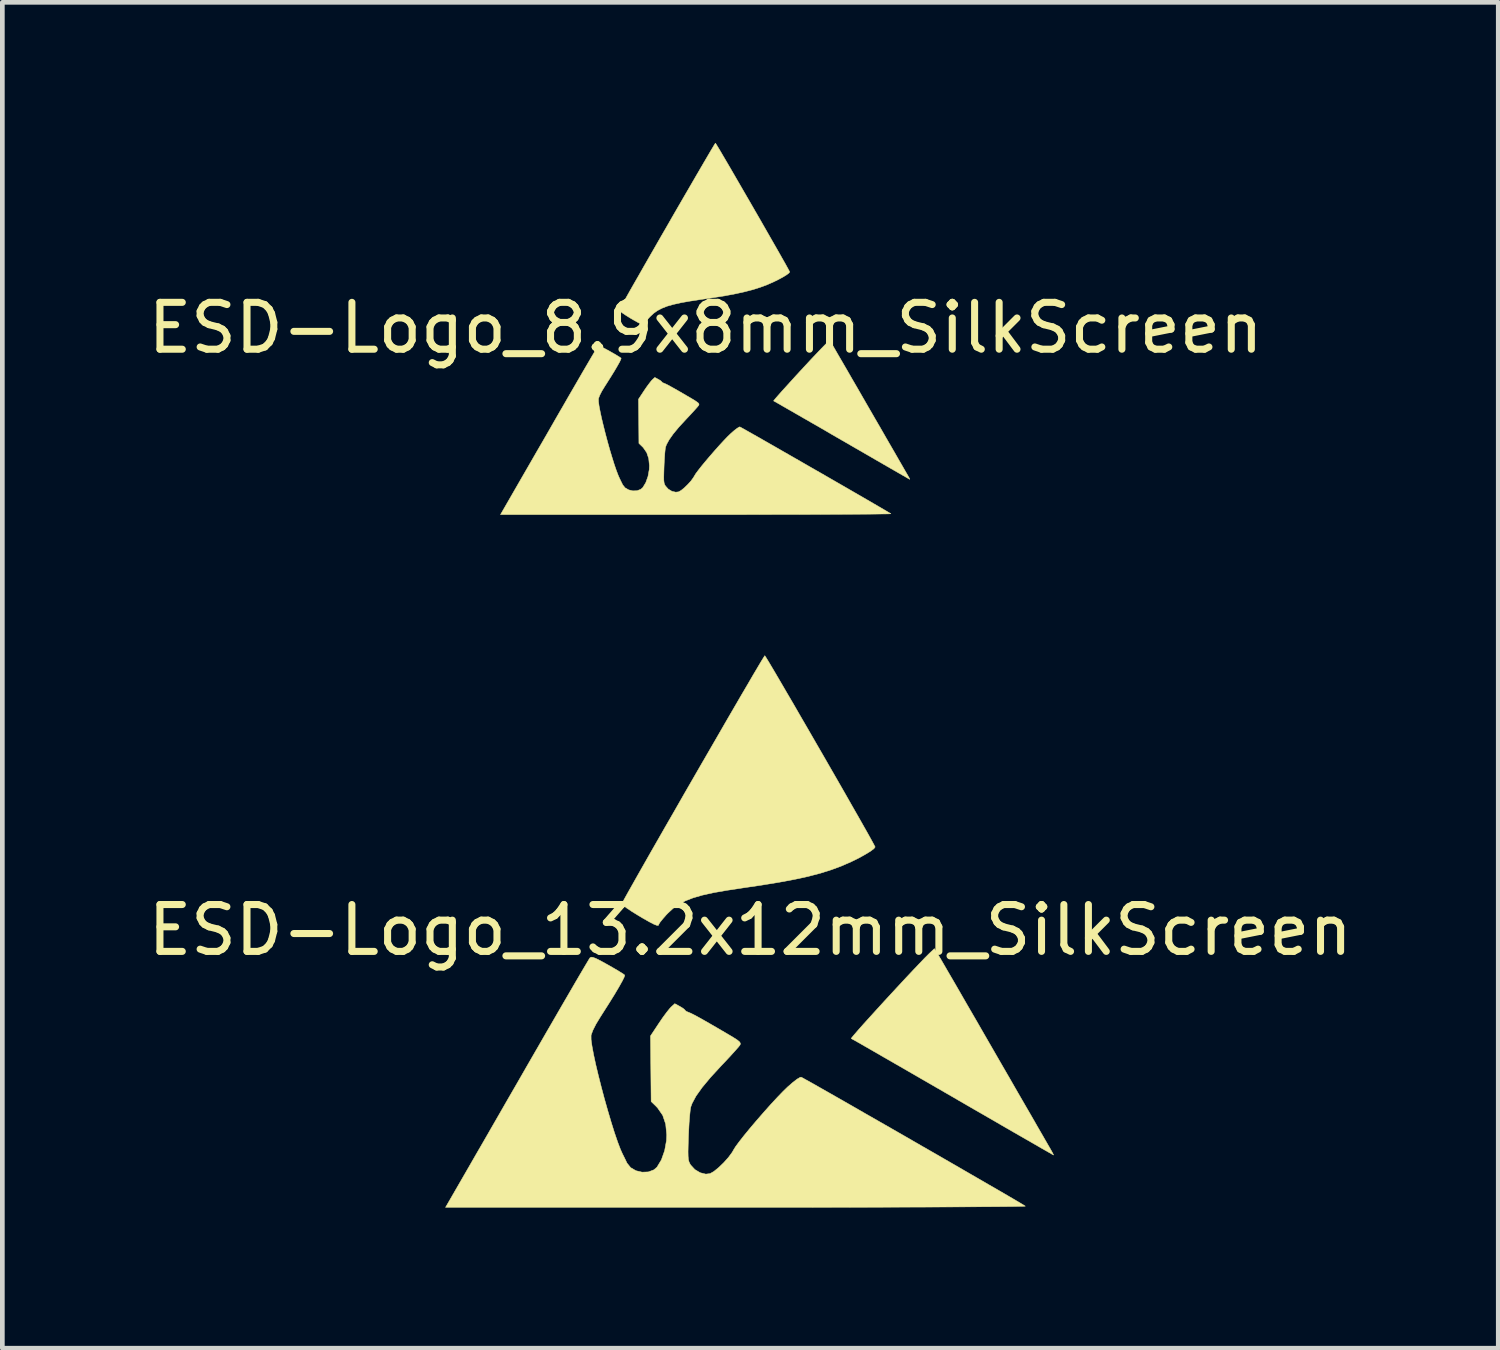
<source format=kicad_pcb>
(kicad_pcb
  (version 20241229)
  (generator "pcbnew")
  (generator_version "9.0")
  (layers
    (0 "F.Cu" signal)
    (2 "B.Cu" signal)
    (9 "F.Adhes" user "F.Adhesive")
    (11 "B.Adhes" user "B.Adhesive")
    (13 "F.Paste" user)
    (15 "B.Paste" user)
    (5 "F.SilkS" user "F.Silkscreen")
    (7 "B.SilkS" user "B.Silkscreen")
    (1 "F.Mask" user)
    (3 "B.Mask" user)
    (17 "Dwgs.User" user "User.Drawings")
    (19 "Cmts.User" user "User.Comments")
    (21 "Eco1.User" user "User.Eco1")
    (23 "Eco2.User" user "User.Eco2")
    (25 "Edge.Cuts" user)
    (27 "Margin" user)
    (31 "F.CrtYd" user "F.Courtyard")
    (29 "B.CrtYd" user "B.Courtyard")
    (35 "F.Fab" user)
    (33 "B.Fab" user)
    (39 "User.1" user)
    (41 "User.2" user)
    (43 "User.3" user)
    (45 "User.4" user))
  (footprint "ESD-Logo_13.2x12mm_SilkScreen"
    (layer "F.Cu")
    (at 12.958 16.794)
    (property "Reference" "ESD-Logo_13.2x12mm_SilkScreen" (at 0 0 0) (layer "F.SilkS") (effects (font (size 1 1) (thickness 0.15))))
    (attr exclude_from_pos_files exclude_from_bom)
    (fp_poly (pts (xy 3.975 0.469) (xy 3.998 0.507) (xy 4.049 0.595) (xy 4.126 0.727) (xy 4.226 0.9) (xy 4.348 1.109) (xy 4.487 1.35) (xy 4.642 1.619) (xy 4.811 1.91) (xy 4.99 2.221) (xy 5.174 2.54) (xy 5.362 2.866) (xy 5.543 3.179) (xy 5.713 3.475) (xy 5.871 3.748) (xy 6.014 3.995) (xy 6.138 4.211) (xy 6.242 4.391) (xy 6.322 4.53) (xy 6.377 4.625) (xy 6.403 4.67) (xy 6.445 4.745) (xy 6.468 4.792) (xy 6.469 4.8) (xy 6.441 4.784) (xy 6.364 4.74) (xy 6.241 4.67) (xy 6.077 4.575) (xy 5.875 4.459) (xy 5.64 4.324) (xy 5.375 4.171) (xy 5.085 4.003) (xy 4.774 3.824) (xy 4.446 3.634) (xy 4.321 3.561) (xy 3.987 3.368) (xy 3.668 3.184) (xy 3.369 3.011) (xy 3.093 2.852) (xy 2.844 2.709) (xy 2.628 2.584) (xy 2.447 2.48) (xy 2.306 2.399) (xy 2.208 2.344) (xy 2.159 2.317) (xy 2.154 2.314) (xy 2.169 2.29) (xy 2.221 2.228) (xy 2.305 2.131) (xy 2.415 2.007) (xy 2.547 1.861) (xy 2.694 1.699) (xy 2.852 1.526) (xy 3.015 1.349) (xy 3.179 1.172) (xy 3.336 1.003) (xy 3.483 0.847) (xy 3.614 0.709) (xy 3.723 0.595) (xy 3.806 0.512) (xy 3.834 0.485) (xy 3.928 0.396) (xy 3.975 0.469)) (stroke (width 0.01) (type solid)) (fill yes) (layer "F.SilkS"))
    (fp_poly (pts (xy 0.328 -5.828) (xy 0.374 -5.754) (xy 0.445 -5.635) (xy 0.538 -5.478) (xy 0.65 -5.287) (xy 0.778 -5.067) (xy 0.92 -4.825) (xy 1.071 -4.563) (xy 1.231 -4.288) (xy 1.394 -4.005) (xy 1.56 -3.718) (xy 1.724 -3.433) (xy 1.884 -3.155) (xy 2.037 -2.888) (xy 2.179 -2.638) (xy 2.309 -2.411) (xy 2.423 -2.21) (xy 2.519 -2.04) (xy 2.592 -1.908) (xy 2.641 -1.818) (xy 2.663 -1.775) (xy 2.664 -1.773) (xy 2.637 -1.736) (xy 2.562 -1.68) (xy 2.448 -1.611) (xy 2.305 -1.532) (xy 2.154 -1.458) (xy 1.949 -1.368) (xy 1.734 -1.288) (xy 1.5 -1.214) (xy 1.241 -1.146) (xy 0.949 -1.082) (xy 0.617 -1.02) (xy 0.238 -0.958) (xy -0.155 -0.9) (xy -0.496 -0.848) (xy -0.783 -0.798) (xy -1.022 -0.745) (xy -1.221 -0.687) (xy -1.386 -0.623) (xy -1.526 -0.549) (xy -1.647 -0.463) (xy -1.756 -0.362) (xy -1.792 -0.325) (xy -1.868 -0.238) (xy -1.925 -0.167) (xy -1.951 -0.125) (xy -1.951 -0.121) (xy -1.961 -0.1) (xy -1.992 -0.1) (xy -2.053 -0.123) (xy -2.15 -0.173) (xy -2.289 -0.252) (xy -2.385 -0.309) (xy -2.529 -0.398) (xy -2.641 -0.473) (xy -2.713 -0.531) (xy -2.738 -0.565) (xy -2.738 -0.565) (xy -2.722 -0.598) (xy -2.678 -0.679) (xy -2.608 -0.805) (xy -2.515 -0.97) (xy -2.401 -1.172) (xy -2.269 -1.404) (xy -2.122 -1.663) (xy -1.961 -1.944) (xy -1.79 -2.243) (xy -1.61 -2.555) (xy -1.426 -2.877) (xy -1.238 -3.203) (xy -1.05 -3.529) (xy -0.864 -3.85) (xy -0.683 -4.163) (xy -0.51 -4.463) (xy -0.346 -4.745) (xy -0.195 -5.005) (xy -0.058 -5.238) (xy 0.06 -5.441) (xy 0.159 -5.608) (xy 0.235 -5.736) (xy 0.286 -5.819) (xy 0.309 -5.854) (xy 0.31 -5.854) (xy 0.328 -5.828)) (stroke (width 0.01) (type solid)) (fill yes) (layer "F.SilkS"))
    (fp_poly (pts (xy -3.356 0.582) (xy -3.291 0.607) (xy -3.192 0.657) (xy -3.049 0.736) (xy -3.038 0.742) (xy -2.907 0.817) (xy -2.796 0.883) (xy -2.717 0.932) (xy -2.68 0.96) (xy -2.679 0.961) (xy -2.688 0.999) (xy -2.729 1.083) (xy -2.8 1.21) (xy -2.897 1.374) (xy -3.019 1.57) (xy -3.162 1.795) (xy -3.197 1.85) (xy -3.29 2.003) (xy -3.357 2.135) (xy -3.394 2.234) (xy -3.397 2.253) (xy -3.396 2.339) (xy -3.377 2.474) (xy -3.344 2.652) (xy -3.299 2.862) (xy -3.243 3.096) (xy -3.18 3.345) (xy -3.112 3.601) (xy -3.04 3.855) (xy -2.968 4.098) (xy -2.898 4.322) (xy -2.831 4.518) (xy -2.771 4.676) (xy -2.729 4.77) (xy -2.679 4.87) (xy -2.633 4.966) (xy -2.63 4.972) (xy -2.553 5.068) (xy -2.44 5.134) (xy -2.308 5.165) (xy -2.175 5.16) (xy -2.058 5.116) (xy -1.991 5.059) (xy -1.896 4.901) (xy -1.827 4.705) (xy -1.788 4.49) (xy -1.783 4.368) (xy -1.805 4.14) (xy -1.869 3.951) (xy -1.979 3.793) (xy -2.013 3.757) (xy -2.115 3.658) (xy -2.129 2.259) (xy -1.95 1.989) (xy -1.867 1.867) (xy -1.786 1.757) (xy -1.72 1.675) (xy -1.692 1.644) (xy -1.611 1.57) (xy -1.503 1.628) (xy -1.434 1.67) (xy -1.396 1.703) (xy -1.394 1.709) (xy -1.368 1.733) (xy -1.324 1.752) (xy -1.282 1.769) (xy -1.217 1.8) (xy -1.123 1.85) (xy -0.996 1.921) (xy -0.83 2.016) (xy -0.619 2.139) (xy -0.504 2.206) (xy -0.369 2.286) (xy -0.28 2.343) (xy -0.23 2.384) (xy -0.211 2.415) (xy -0.215 2.443) (xy -0.218 2.45) (xy -0.249 2.491) (xy -0.316 2.567) (xy -0.41 2.671) (xy -0.524 2.794) (xy -0.623 2.898) (xy -0.85 3.145) (xy -1.028 3.359) (xy -1.158 3.542) (xy -1.241 3.697) (xy -1.27 3.776) (xy -1.281 3.844) (xy -1.293 3.962) (xy -1.305 4.114) (xy -1.314 4.288) (xy -1.319 4.399) (xy -1.325 4.589) (xy -1.328 4.728) (xy -1.326 4.827) (xy -1.32 4.896) (xy -1.307 4.945) (xy -1.287 4.987) (xy -1.272 5.012) (xy -1.183 5.109) (xy -1.069 5.177) (xy -0.949 5.207) (xy -0.858 5.196) (xy -0.777 5.15) (xy -0.675 5.067) (xy -0.566 4.962) (xy -0.465 4.849) (xy -0.387 4.743) (xy -0.358 4.692) (xy -0.315 4.622) (xy -0.236 4.515) (xy -0.13 4.38) (xy -0.002 4.224) (xy 0.139 4.058) (xy 0.288 3.887) (xy 0.435 3.722) (xy 0.575 3.571) (xy 0.7 3.441) (xy 0.799 3.345) (xy 0.908 3.25) (xy 0.999 3.18) (xy 1.064 3.142) (xy 1.085 3.138) (xy 1.118 3.155) (xy 1.199 3.2) (xy 1.325 3.27) (xy 1.49 3.364) (xy 1.691 3.478) (xy 1.921 3.609) (xy 2.176 3.755) (xy 2.452 3.914) (xy 2.744 4.081) (xy 3.048 4.255) (xy 3.358 4.433) (xy 3.669 4.613) (xy 3.978 4.79) (xy 4.279 4.964) (xy 4.568 5.131) (xy 4.839 5.288) (xy 5.089 5.433) (xy 5.313 5.562) (xy 5.505 5.674) (xy 5.662 5.766) (xy 5.777 5.834) (xy 5.848 5.877) (xy 5.868 5.89) (xy 5.841 5.893) (xy 5.754 5.895) (xy 5.611 5.898) (xy 5.415 5.9) (xy 5.169 5.902) (xy 4.875 5.904) (xy 4.536 5.906) (xy 4.156 5.908) (xy 3.736 5.91) (xy 3.281 5.911) (xy 2.792 5.913) (xy 2.274 5.914) (xy 1.728 5.915) (xy 1.157 5.916) (xy 0.565 5.916) (xy -0.046 5.916) (xy -0.302 5.916) (xy -6.502 5.916) (xy -6.06 5.15) (xy -5.966 4.987) (xy -5.846 4.778) (xy -5.702 4.53) (xy -5.54 4.248) (xy -5.363 3.941) (xy -5.176 3.615) (xy -4.981 3.278) (xy -4.784 2.935) (xy -4.588 2.595) (xy -4.538 2.509) (xy -4.358 2.196) (xy -4.185 1.898) (xy -4.024 1.619) (xy -3.876 1.365) (xy -3.745 1.139) (xy -3.632 0.946) (xy -3.54 0.79) (xy -3.473 0.677) (xy -3.432 0.609) (xy -3.42 0.592) (xy -3.396 0.578) (xy -3.356 0.582)) (stroke (width 0.01) (type solid)) (fill yes) (layer "F.SilkS")))
  (footprint "ESD-Logo_8.9x8mm_SilkScreen"
    (layer "F.Cu")
    (at 12.006 3.946)
    (property "Reference" "ESD-Logo_8.9x8mm_SilkScreen" (at 0 0 0) (layer "F.SilkS") (effects (font (size 1 1) (thickness 0.15))))
    (attr exclude_from_pos_files exclude_from_bom)
    (fp_poly (pts (xy 2.676 0.316) (xy 2.691 0.342) (xy 2.726 0.4) (xy 2.778 0.49) (xy 2.845 0.606) (xy 2.927 0.747) (xy 3.021 0.909) (xy 3.125 1.09) (xy 3.239 1.286) (xy 3.359 1.495) (xy 3.483 1.71) (xy 3.61 1.93) (xy 3.732 2.14) (xy 3.846 2.339) (xy 3.953 2.524) (xy 4.049 2.69) (xy 4.132 2.835) (xy 4.202 2.956) (xy 4.256 3.05) (xy 4.293 3.114) (xy 4.311 3.144) (xy 4.339 3.194) (xy 4.354 3.226) (xy 4.355 3.231) (xy 4.336 3.221) (xy 4.284 3.191) (xy 4.202 3.144) (xy 4.091 3.08) (xy 3.955 3.002) (xy 3.797 2.911) (xy 3.619 2.808) (xy 3.424 2.695) (xy 3.214 2.574) (xy 2.993 2.446) (xy 2.909 2.398) (xy 2.684 2.268) (xy 2.47 2.143) (xy 2.268 2.027) (xy 2.082 1.92) (xy 1.915 1.824) (xy 1.769 1.74) (xy 1.647 1.67) (xy 1.552 1.615) (xy 1.487 1.578) (xy 1.454 1.56) (xy 1.45 1.558) (xy 1.46 1.542) (xy 1.495 1.5) (xy 1.552 1.435) (xy 1.626 1.351) (xy 1.715 1.253) (xy 1.814 1.144) (xy 1.92 1.027) (xy 2.03 0.908) (xy 2.14 0.789) (xy 2.246 0.675) (xy 2.345 0.57) (xy 2.433 0.477) (xy 2.507 0.401) (xy 2.562 0.345) (xy 2.581 0.326) (xy 2.645 0.267) (xy 2.676 0.316)) (stroke (width 0.01) (type solid)) (fill yes) (layer "F.SilkS"))
    (fp_poly (pts (xy 0.221 -3.924) (xy 0.252 -3.873) (xy 0.3 -3.794) (xy 0.362 -3.688) (xy 0.438 -3.559) (xy 0.524 -3.412) (xy 0.619 -3.248) (xy 0.721 -3.072) (xy 0.828 -2.887) (xy 0.939 -2.696) (xy 1.05 -2.503) (xy 1.161 -2.311) (xy 1.268 -2.124) (xy 1.371 -1.944) (xy 1.467 -1.776) (xy 1.555 -1.623) (xy 1.631 -1.488) (xy 1.696 -1.374) (xy 1.745 -1.285) (xy 1.778 -1.224) (xy 1.793 -1.195) (xy 1.793 -1.193) (xy 1.775 -1.169) (xy 1.725 -1.131) (xy 1.648 -1.084) (xy 1.552 -1.032) (xy 1.45 -0.982) (xy 1.312 -0.921) (xy 1.167 -0.867) (xy 1.01 -0.817) (xy 0.836 -0.772) (xy 0.639 -0.728) (xy 0.416 -0.686) (xy 0.16 -0.645) (xy -0.104 -0.606) (xy -0.334 -0.571) (xy -0.527 -0.537) (xy -0.688 -0.501) (xy -0.822 -0.463) (xy -0.933 -0.419) (xy -1.027 -0.37) (xy -1.109 -0.312) (xy -1.182 -0.244) (xy -1.206 -0.219) (xy -1.258 -0.16) (xy -1.296 -0.112) (xy -1.313 -0.084) (xy -1.314 -0.082) (xy -1.32 -0.068) (xy -1.341 -0.067) (xy -1.382 -0.083) (xy -1.447 -0.117) (xy -1.541 -0.17) (xy -1.606 -0.208) (xy -1.702 -0.268) (xy -1.778 -0.319) (xy -1.826 -0.358) (xy -1.843 -0.381) (xy -1.843 -0.381) (xy -1.833 -0.403) (xy -1.803 -0.457) (xy -1.756 -0.542) (xy -1.693 -0.653) (xy -1.617 -0.789) (xy -1.528 -0.945) (xy -1.428 -1.119) (xy -1.32 -1.309) (xy -1.205 -1.51) (xy -1.084 -1.72) (xy -0.96 -1.937) (xy -0.833 -2.156) (xy -0.707 -2.376) (xy -0.582 -2.592) (xy -0.46 -2.803) (xy -0.343 -3.004) (xy -0.233 -3.194) (xy -0.131 -3.369) (xy -0.039 -3.527) (xy 0.041 -3.663) (xy 0.107 -3.776) (xy 0.158 -3.861) (xy 0.192 -3.918) (xy 0.208 -3.941) (xy 0.209 -3.941) (xy 0.221 -3.924)) (stroke (width 0.01) (type solid)) (fill yes) (layer "F.SilkS"))
    (fp_poly (pts (xy -2.259 0.392) (xy -2.215 0.409) (xy -2.149 0.443) (xy -2.053 0.495) (xy -2.045 0.5) (xy -1.957 0.55) (xy -1.883 0.594) (xy -1.829 0.628) (xy -1.804 0.646) (xy -1.804 0.647) (xy -1.81 0.672) (xy -1.837 0.729) (xy -1.885 0.814) (xy -1.95 0.925) (xy -2.032 1.057) (xy -2.128 1.209) (xy -2.152 1.246) (xy -2.215 1.349) (xy -2.26 1.437) (xy -2.285 1.504) (xy -2.287 1.517) (xy -2.286 1.574) (xy -2.274 1.666) (xy -2.251 1.785) (xy -2.221 1.927) (xy -2.183 2.084) (xy -2.141 2.252) (xy -2.095 2.425) (xy -2.047 2.596) (xy -1.998 2.759) (xy -1.951 2.91) (xy -1.906 3.041) (xy -1.865 3.148) (xy -1.837 3.211) (xy -1.804 3.279) (xy -1.772 3.344) (xy -1.771 3.347) (xy -1.719 3.412) (xy -1.642 3.456) (xy -1.554 3.477) (xy -1.464 3.474) (xy -1.385 3.444) (xy -1.341 3.406) (xy -1.277 3.3) (xy -1.23 3.167) (xy -1.204 3.023) (xy -1.2 2.94) (xy -1.215 2.787) (xy -1.258 2.66) (xy -1.332 2.553) (xy -1.355 2.53) (xy -1.424 2.463) (xy -1.428 1.992) (xy -1.433 1.521) (xy -1.313 1.339) (xy -1.257 1.257) (xy -1.202 1.183) (xy -1.158 1.127) (xy -1.139 1.107) (xy -1.085 1.057) (xy -1.012 1.096) (xy -0.965 1.124) (xy -0.94 1.146) (xy -0.938 1.15) (xy -0.921 1.167) (xy -0.892 1.179) (xy -0.863 1.191) (xy -0.819 1.212) (xy -0.756 1.246) (xy -0.671 1.293) (xy -0.559 1.357) (xy -0.417 1.44) (xy -0.339 1.485) (xy -0.248 1.539) (xy -0.189 1.578) (xy -0.155 1.605) (xy -0.142 1.626) (xy -0.145 1.645) (xy -0.147 1.649) (xy -0.168 1.677) (xy -0.213 1.728) (xy -0.276 1.798) (xy -0.353 1.881) (xy -0.419 1.951) (xy -0.572 2.117) (xy -0.692 2.262) (xy -0.779 2.385) (xy -0.836 2.489) (xy -0.855 2.542) (xy -0.863 2.588) (xy -0.871 2.667) (xy -0.878 2.77) (xy -0.885 2.887) (xy -0.888 2.961) (xy -0.892 3.089) (xy -0.894 3.183) (xy -0.893 3.25) (xy -0.888 3.296) (xy -0.88 3.329) (xy -0.867 3.357) (xy -0.856 3.374) (xy -0.797 3.44) (xy -0.72 3.486) (xy -0.639 3.505) (xy -0.578 3.498) (xy -0.523 3.467) (xy -0.454 3.411) (xy -0.381 3.34) (xy -0.313 3.265) (xy -0.261 3.193) (xy -0.241 3.159) (xy -0.212 3.111) (xy -0.159 3.04) (xy -0.087 2.948) (xy -0.001 2.844) (xy 0.094 2.732) (xy 0.194 2.617) (xy 0.293 2.506) (xy 0.387 2.404) (xy 0.471 2.316) (xy 0.538 2.252) (xy 0.611 2.188) (xy 0.673 2.141) (xy 0.716 2.115) (xy 0.73 2.112) (xy 0.752 2.124) (xy 0.807 2.154) (xy 0.892 2.202) (xy 1.003 2.265) (xy 1.138 2.341) (xy 1.293 2.43) (xy 1.465 2.528) (xy 1.651 2.635) (xy 1.848 2.748) (xy 2.052 2.865) (xy 2.26 2.985) (xy 2.47 3.105) (xy 2.678 3.225) (xy 2.881 3.342) (xy 3.075 3.454) (xy 3.258 3.56) (xy 3.426 3.657) (xy 3.577 3.745) (xy 3.706 3.82) (xy 3.812 3.882) (xy 3.89 3.928) (xy 3.937 3.956) (xy 3.951 3.965) (xy 3.932 3.967) (xy 3.874 3.969) (xy 3.778 3.97) (xy 3.646 3.972) (xy 3.48 3.974) (xy 3.282 3.975) (xy 3.054 3.976) (xy 2.798 3.978) (xy 2.515 3.979) (xy 2.209 3.98) (xy 1.88 3.981) (xy 1.531 3.981) (xy 1.163 3.982) (xy 0.779 3.983) (xy 0.38 3.983) (xy -0.031 3.983) (xy -0.203 3.983) (xy -4.377 3.983) (xy -4.08 3.467) (xy -4.017 3.358) (xy -3.936 3.217) (xy -3.839 3.049) (xy -3.73 2.86) (xy -3.611 2.653) (xy -3.484 2.434) (xy -3.353 2.207) (xy -3.221 1.976) (xy -3.089 1.747) (xy -3.055 1.689) (xy -2.934 1.478) (xy -2.818 1.278) (xy -2.709 1.09) (xy -2.61 0.919) (xy -2.521 0.767) (xy -2.445 0.637) (xy -2.383 0.532) (xy -2.338 0.456) (xy -2.31 0.41) (xy -2.303 0.399) (xy -2.286 0.389) (xy -2.259 0.392)) (stroke (width 0.01) (type solid)) (fill yes) (layer "F.SilkS")))
  (gr_rect
    (start -3 -3)
    (end 28.917 25.715)
    (stroke (width 0.1) (type default))
    (fill no)
    (layer "Edge.Cuts")))
</source>
